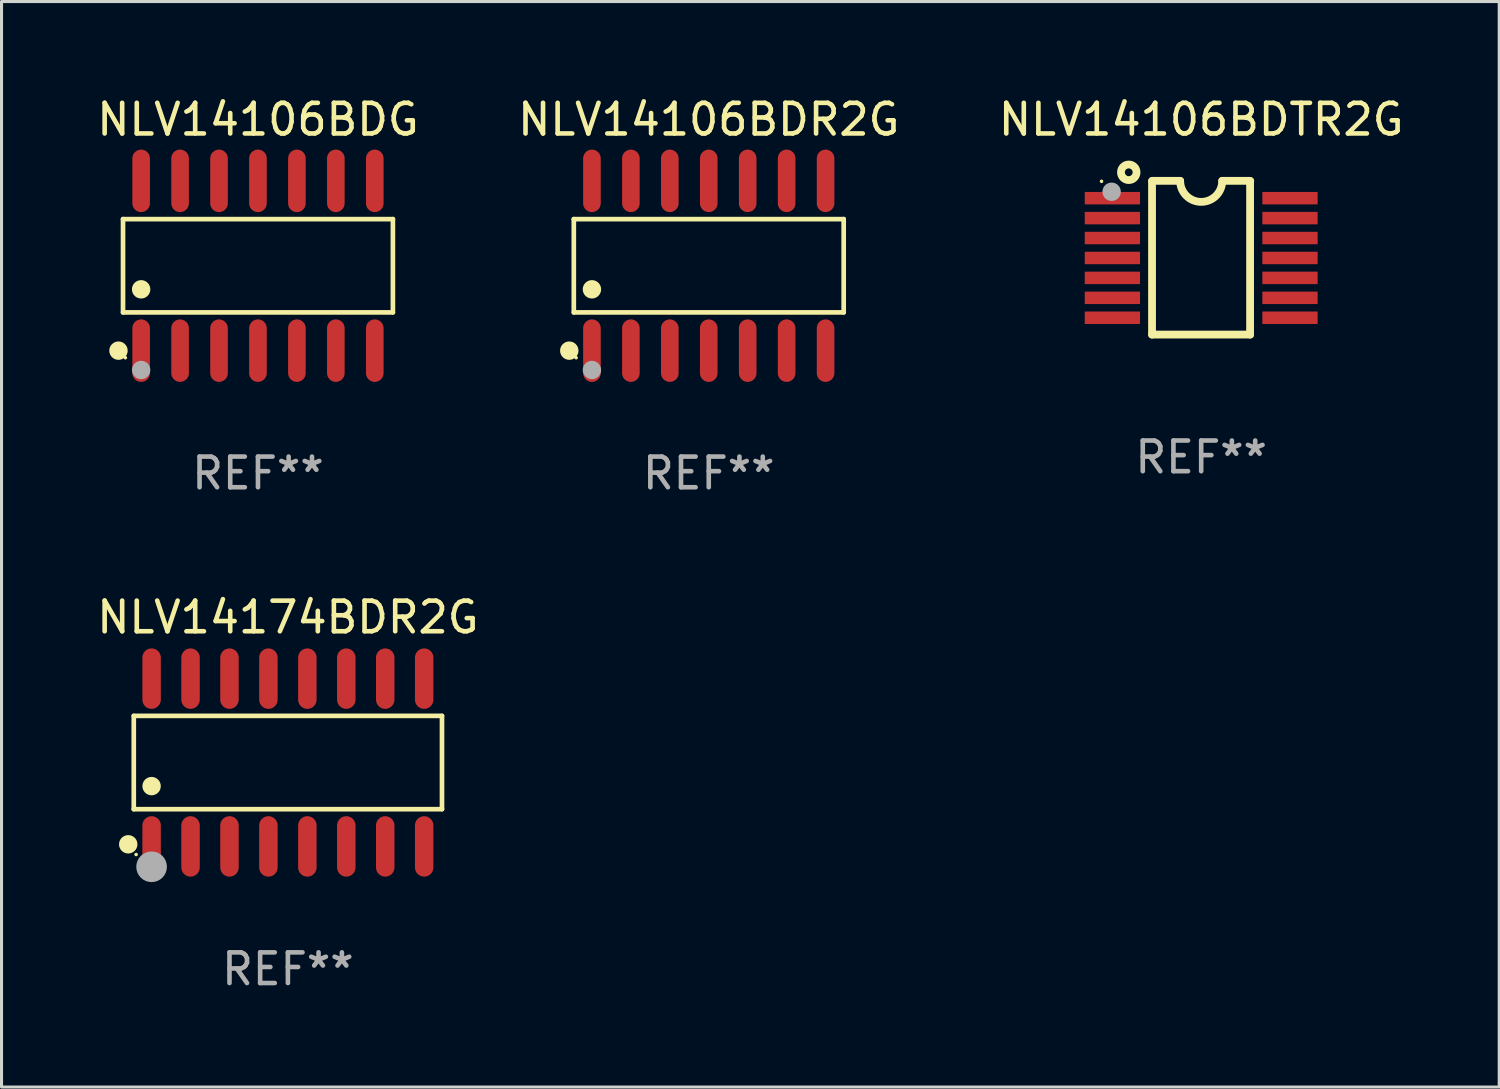
<source format=kicad_pcb>
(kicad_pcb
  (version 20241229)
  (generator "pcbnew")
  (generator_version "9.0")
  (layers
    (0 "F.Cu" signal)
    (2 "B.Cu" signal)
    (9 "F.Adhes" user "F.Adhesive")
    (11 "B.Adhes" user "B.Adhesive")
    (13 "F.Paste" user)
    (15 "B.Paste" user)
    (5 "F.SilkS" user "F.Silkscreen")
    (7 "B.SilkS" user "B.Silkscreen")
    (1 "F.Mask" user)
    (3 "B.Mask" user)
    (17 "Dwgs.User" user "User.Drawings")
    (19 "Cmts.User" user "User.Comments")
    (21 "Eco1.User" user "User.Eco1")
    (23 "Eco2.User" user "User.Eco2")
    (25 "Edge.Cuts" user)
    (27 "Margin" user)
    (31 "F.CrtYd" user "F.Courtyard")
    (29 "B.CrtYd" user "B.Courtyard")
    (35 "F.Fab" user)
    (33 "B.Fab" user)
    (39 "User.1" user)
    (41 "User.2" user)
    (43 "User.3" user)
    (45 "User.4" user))
  (footprint "NLV14174BDR2G"
    (layer "F.Cu")
    (at 6.339 21.819)
    (property "Reference" "NLV14174BDR2G" (at 0 -4.736 0) (layer "F.SilkS") (effects (font (size 1 1) (thickness 0.15))))
    (attr through_hole)
    (fp_line (start -5.026 -1.521) (end 5.026 -1.521) (stroke (width 0.152) (type solid)) (layer "F.SilkS"))
    (fp_line (start -5.026 1.521) (end -5.026 -1.521) (stroke (width 0.152) (type solid)) (layer "F.SilkS"))
    (fp_line (start 5.026 -1.521) (end 5.026 1.521) (stroke (width 0.152) (type solid)) (layer "F.SilkS"))
    (fp_line (start 5.026 1.521) (end -5.026 1.521) (stroke (width 0.152) (type solid)) (layer "F.SilkS"))
    (fp_circle (center -5.207 2.667) (end -5.057 2.667) (stroke (width 0.3) (type solid)) (fill no) (layer "F.SilkS"))
    (fp_circle (center -4.95 3) (end -4.92 3) (stroke (width 0.06) (type solid)) (fill no) (layer "F.SilkS"))
    (fp_circle (center -4.445 0.769) (end -4.295 0.769) (stroke (width 0.3) (type solid)) (fill no) (layer "F.SilkS"))
    (fp_circle (center -4.445 3.4) (end -4.195 3.4) (stroke (width 0.5) (type solid)) (fill no) (layer "F.Fab"))
    (fp_text user "REF**" (at 0 6.736 0) (layer "F.Fab") (effects (font (size 1 1) (thickness 0.15))))
    (pad "1" smd oval (at -4.445 2.736) (size 0.602 1.971) (layers "F.Cu" "F.Mask" "F.Paste"))
    (pad "2" smd oval (at -3.175 2.736) (size 0.602 1.971) (layers "F.Cu" "F.Mask" "F.Paste"))
    (pad "3" smd oval (at -1.905 2.736) (size 0.602 1.971) (layers "F.Cu" "F.Mask" "F.Paste"))
    (pad "4" smd oval (at -0.635 2.736) (size 0.602 1.971) (layers "F.Cu" "F.Mask" "F.Paste"))
    (pad "5" smd oval (at 0.635 2.736) (size 0.602 1.971) (layers "F.Cu" "F.Mask" "F.Paste"))
    (pad "6" smd oval (at 1.905 2.736) (size 0.602 1.971) (layers "F.Cu" "F.Mask" "F.Paste"))
    (pad "7" smd oval (at 3.175 2.736) (size 0.602 1.971) (layers "F.Cu" "F.Mask" "F.Paste"))
    (pad "8" smd oval (at 4.445 2.736) (size 0.602 1.971) (layers "F.Cu" "F.Mask" "F.Paste"))
    (pad "9" smd oval (at 4.445 -2.736) (size 0.602 1.971) (layers "F.Cu" "F.Mask" "F.Paste"))
    (pad "10" smd oval (at 3.175 -2.736) (size 0.602 1.971) (layers "F.Cu" "F.Mask" "F.Paste"))
    (pad "11" smd oval (at 1.905 -2.736) (size 0.602 1.971) (layers "F.Cu" "F.Mask" "F.Paste"))
    (pad "12" smd oval (at 0.635 -2.736) (size 0.602 1.971) (layers "F.Cu" "F.Mask" "F.Paste"))
    (pad "13" smd oval (at -0.635 -2.736) (size 0.602 1.971) (layers "F.Cu" "F.Mask" "F.Paste"))
    (pad "14" smd oval (at -1.905 -2.736) (size 0.602 1.971) (layers "F.Cu" "F.Mask" "F.Paste"))
    (pad "15" smd oval (at -3.175 -2.736) (size 0.602 1.971) (layers "F.Cu" "F.Mask" "F.Paste"))
    (pad "16" smd oval (at -4.445 -2.736) (size 0.602 1.971) (layers "F.Cu" "F.Mask" "F.Paste")))
  (footprint "NLV14106BDTR2G"
    (layer "F.Cu")
    (at 36.125 5.355)
    (property "Reference" "NLV14106BDTR2G" (at 0 -4.507 0) (layer "F.SilkS") (effects (font (size 1 1) (thickness 0.15))))
    (attr through_hole)
    (fp_line (start -1.603 2.507) (end -1.603 -2.494) (stroke (width 0.254) (type solid)) (layer "F.SilkS"))
    (fp_line (start -1.603 2.507) (end 1.595 2.507) (stroke (width 0.254) (type solid)) (layer "F.SilkS"))
    (fp_line (start -1.6 -2.507) (end -0.686 -2.507) (stroke (width 0.254) (type solid)) (layer "F.SilkS"))
    (fp_line (start 0.686 -2.507) (end 1.6 -2.507) (stroke (width 0.254) (type solid)) (layer "F.SilkS"))
    (fp_line (start 1.595 2.507) (end 1.595 -2.494) (stroke (width 0.254) (type solid)) (layer "F.SilkS"))
    (fp_arc (start 0.685852 -2.506998) (mid 0.000051 -1.821197) (end -0.68575 -2.506998) (stroke (width 0.254001) (type solid)) (layer "F.SilkS"))
    (fp_circle (center -3.25 -2.492) (end -3.22 -2.492) (stroke (width 0.06) (type solid)) (fill no) (layer "F.SilkS"))
    (fp_circle (center -2.362 -2.786) (end -2.108 -2.786) (stroke (width 0.254) (type solid)) (fill no) (layer "F.SilkS"))
    (fp_circle (center -2.921 -2.151) (end -2.771 -2.151) (stroke (width 0.3) (type solid)) (fill no) (layer "F.Fab"))
    (fp_text user "REF**" (at 0 6.507 0) (layer "F.Fab") (effects (font (size 1 1) (thickness 0.15))))
    (pad "1" smd rect (at -2.896 -1.942) (size 1.803 0.406) (layers "F.Cu" "F.Mask" "F.Paste"))
    (pad "2" smd rect (at -2.896 -1.292) (size 1.803 0.406) (layers "F.Cu" "F.Mask" "F.Paste"))
    (pad "3" smd rect (at -2.896 -0.642) (size 1.803 0.406) (layers "F.Cu" "F.Mask" "F.Paste"))
    (pad "4" smd rect (at -2.896 0.008) (size 1.803 0.406) (layers "F.Cu" "F.Mask" "F.Paste"))
    (pad "5" smd rect (at -2.896 0.658) (size 1.803 0.406) (layers "F.Cu" "F.Mask" "F.Paste"))
    (pad "6" smd rect (at -2.896 1.308) (size 1.803 0.406) (layers "F.Cu" "F.Mask" "F.Paste"))
    (pad "7" smd rect (at -2.896 1.958) (size 1.803 0.406) (layers "F.Cu" "F.Mask" "F.Paste"))
    (pad "8" smd rect (at 2.896 1.958) (size 1.803 0.406) (layers "F.Cu" "F.Mask" "F.Paste"))
    (pad "9" smd rect (at 2.896 1.308) (size 1.803 0.406) (layers "F.Cu" "F.Mask" "F.Paste"))
    (pad "10" smd rect (at 2.896 0.658) (size 1.803 0.406) (layers "F.Cu" "F.Mask" "F.Paste"))
    (pad "11" smd rect (at 2.896 0.008) (size 1.803 0.406) (layers "F.Cu" "F.Mask" "F.Paste"))
    (pad "12" smd rect (at 2.896 -0.642) (size 1.803 0.406) (layers "F.Cu" "F.Mask" "F.Paste"))
    (pad "13" smd rect (at 2.896 -1.292) (size 1.803 0.406) (layers "F.Cu" "F.Mask" "F.Paste"))
    (pad "14" smd rect (at 2.896 -1.942) (size 1.803 0.406) (layers "F.Cu" "F.Mask" "F.Paste")))
  (footprint "NLV14106BDR2G"
    (layer "F.Cu")
    (at 20.065 5.617)
    (property "Reference" "NLV14106BDR2G" (at 0 -4.769 0) (layer "F.SilkS") (effects (font (size 1 1) (thickness 0.15))))
    (attr through_hole)
    (fp_line (start -4.401 -1.521) (end 4.401 -1.521) (stroke (width 0.152) (type solid)) (layer "F.SilkS"))
    (fp_line (start -4.401 1.521) (end -4.401 -1.521) (stroke (width 0.152) (type solid)) (layer "F.SilkS"))
    (fp_line (start 4.401 -1.521) (end 4.401 1.521) (stroke (width 0.152) (type solid)) (layer "F.SilkS"))
    (fp_line (start 4.401 1.521) (end -4.401 1.521) (stroke (width 0.152) (type solid)) (layer "F.SilkS"))
    (fp_circle (center -4.549 2.769) (end -4.399 2.769) (stroke (width 0.3) (type solid)) (fill no) (layer "F.SilkS"))
    (fp_circle (center -4.325 3) (end -4.295 3) (stroke (width 0.06) (type solid)) (fill no) (layer "F.SilkS"))
    (fp_circle (center -3.81 0.769) (end -3.66 0.769) (stroke (width 0.3) (type solid)) (fill no) (layer "F.SilkS"))
    (fp_circle (center -3.81 3.4) (end -3.66 3.4) (stroke (width 0.3) (type solid)) (fill no) (layer "F.Fab"))
    (fp_text user "REF**" (at 0 6.769 0) (layer "F.Fab") (effects (font (size 1 1) (thickness 0.15))))
    (pad "1" smd oval (at -3.81 2.769) (size 0.574 2.038) (layers "F.Cu" "F.Mask" "F.Paste"))
    (pad "2" smd oval (at -2.54 2.769) (size 0.574 2.038) (layers "F.Cu" "F.Mask" "F.Paste"))
    (pad "3" smd oval (at -1.27 2.769) (size 0.574 2.038) (layers "F.Cu" "F.Mask" "F.Paste"))
    (pad "4" smd oval (at 0 2.769) (size 0.574 2.038) (layers "F.Cu" "F.Mask" "F.Paste"))
    (pad "5" smd oval (at 1.27 2.769) (size 0.574 2.038) (layers "F.Cu" "F.Mask" "F.Paste"))
    (pad "6" smd oval (at 2.54 2.769) (size 0.574 2.038) (layers "F.Cu" "F.Mask" "F.Paste"))
    (pad "7" smd oval (at 3.81 2.769) (size 0.574 2.038) (layers "F.Cu" "F.Mask" "F.Paste"))
    (pad "8" smd oval (at 3.81 -2.769) (size 0.574 2.038) (layers "F.Cu" "F.Mask" "F.Paste"))
    (pad "9" smd oval (at 2.54 -2.769) (size 0.574 2.038) (layers "F.Cu" "F.Mask" "F.Paste"))
    (pad "10" smd oval (at 1.27 -2.769) (size 0.574 2.038) (layers "F.Cu" "F.Mask" "F.Paste"))
    (pad "11" smd oval (at 0 -2.769) (size 0.574 2.038) (layers "F.Cu" "F.Mask" "F.Paste"))
    (pad "12" smd oval (at -1.27 -2.769) (size 0.574 2.038) (layers "F.Cu" "F.Mask" "F.Paste"))
    (pad "13" smd oval (at -2.54 -2.769) (size 0.574 2.038) (layers "F.Cu" "F.Mask" "F.Paste"))
    (pad "14" smd oval (at -3.81 -2.769) (size 0.574 2.038) (layers "F.Cu" "F.Mask" "F.Paste")))
  (footprint "NLV14106BDG"
    (layer "F.Cu")
    (at 5.363 5.617)
    (property "Reference" "NLV14106BDG" (at 0 -4.769 0) (layer "F.SilkS") (effects (font (size 1 1) (thickness 0.15))))
    (attr through_hole)
    (fp_line (start -4.401 -1.521) (end 4.401 -1.521) (stroke (width 0.152) (type solid)) (layer "F.SilkS"))
    (fp_line (start -4.401 1.521) (end -4.401 -1.521) (stroke (width 0.152) (type solid)) (layer "F.SilkS"))
    (fp_line (start 4.401 -1.521) (end 4.401 1.521) (stroke (width 0.152) (type solid)) (layer "F.SilkS"))
    (fp_line (start 4.401 1.521) (end -4.401 1.521) (stroke (width 0.152) (type solid)) (layer "F.SilkS"))
    (fp_circle (center -4.549 2.769) (end -4.399 2.769) (stroke (width 0.3) (type solid)) (fill no) (layer "F.SilkS"))
    (fp_circle (center -4.325 3) (end -4.295 3) (stroke (width 0.06) (type solid)) (fill no) (layer "F.SilkS"))
    (fp_circle (center -3.81 0.769) (end -3.66 0.769) (stroke (width 0.3) (type solid)) (fill no) (layer "F.SilkS"))
    (fp_circle (center -3.81 3.4) (end -3.66 3.4) (stroke (width 0.3) (type solid)) (fill no) (layer "F.Fab"))
    (fp_text user "REF**" (at 0 6.769 0) (layer "F.Fab") (effects (font (size 1 1) (thickness 0.15))))
    (pad "1" smd oval (at -3.81 2.769) (size 0.574 2.038) (layers "F.Cu" "F.Mask" "F.Paste"))
    (pad "2" smd oval (at -2.54 2.769) (size 0.574 2.038) (layers "F.Cu" "F.Mask" "F.Paste"))
    (pad "3" smd oval (at -1.27 2.769) (size 0.574 2.038) (layers "F.Cu" "F.Mask" "F.Paste"))
    (pad "4" smd oval (at 0 2.769) (size 0.574 2.038) (layers "F.Cu" "F.Mask" "F.Paste"))
    (pad "5" smd oval (at 1.27 2.769) (size 0.574 2.038) (layers "F.Cu" "F.Mask" "F.Paste"))
    (pad "6" smd oval (at 2.54 2.769) (size 0.574 2.038) (layers "F.Cu" "F.Mask" "F.Paste"))
    (pad "7" smd oval (at 3.81 2.769) (size 0.574 2.038) (layers "F.Cu" "F.Mask" "F.Paste"))
    (pad "8" smd oval (at 3.81 -2.769) (size 0.574 2.038) (layers "F.Cu" "F.Mask" "F.Paste"))
    (pad "9" smd oval (at 2.54 -2.769) (size 0.574 2.038) (layers "F.Cu" "F.Mask" "F.Paste"))
    (pad "10" smd oval (at 1.27 -2.769) (size 0.574 2.038) (layers "F.Cu" "F.Mask" "F.Paste"))
    (pad "11" smd oval (at 0 -2.769) (size 0.574 2.038) (layers "F.Cu" "F.Mask" "F.Paste"))
    (pad "12" smd oval (at -1.27 -2.769) (size 0.574 2.038) (layers "F.Cu" "F.Mask" "F.Paste"))
    (pad "13" smd oval (at -2.54 -2.769) (size 0.574 2.038) (layers "F.Cu" "F.Mask" "F.Paste"))
    (pad "14" smd oval (at -3.81 -2.769) (size 0.574 2.038) (layers "F.Cu" "F.Mask" "F.Paste")))
  (gr_rect
    (start -3 -3)
    (end 45.845 32.402)
    (stroke (width 0.1) (type default))
    (fill no)
    (layer "Edge.Cuts")))
</source>
